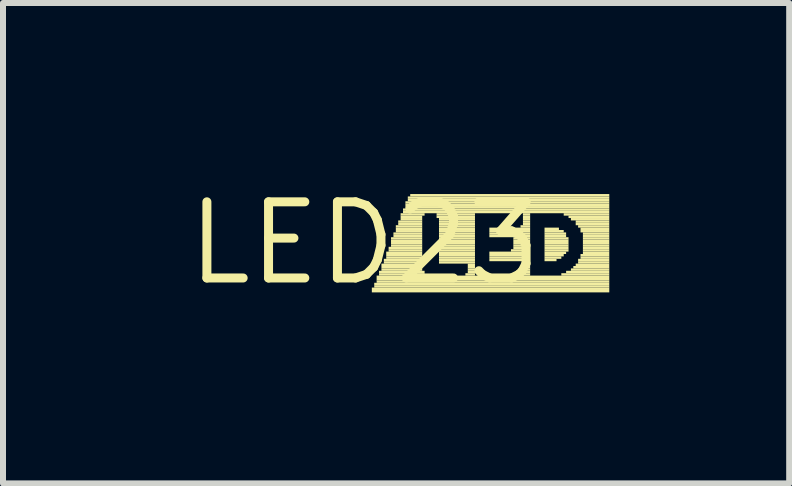
<source format=kicad_pcb>
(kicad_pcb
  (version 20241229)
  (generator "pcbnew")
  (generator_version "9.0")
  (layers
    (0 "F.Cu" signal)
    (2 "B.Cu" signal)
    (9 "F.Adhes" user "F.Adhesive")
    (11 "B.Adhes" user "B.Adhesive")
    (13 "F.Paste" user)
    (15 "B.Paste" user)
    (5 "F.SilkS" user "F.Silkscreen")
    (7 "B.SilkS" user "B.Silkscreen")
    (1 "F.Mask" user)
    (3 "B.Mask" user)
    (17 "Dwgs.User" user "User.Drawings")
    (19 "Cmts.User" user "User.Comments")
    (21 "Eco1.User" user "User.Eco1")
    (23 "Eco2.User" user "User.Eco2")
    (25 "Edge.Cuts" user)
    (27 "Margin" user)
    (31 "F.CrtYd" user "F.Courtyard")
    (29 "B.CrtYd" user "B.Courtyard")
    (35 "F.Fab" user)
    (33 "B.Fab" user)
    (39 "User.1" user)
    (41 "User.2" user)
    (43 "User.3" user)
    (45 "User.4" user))
  (footprint "LED23"
    (layer "F.Cu")
    (at 3.031 1.006)
    (property "Reference" "LED23" (at 0 0 0) (layer "F.SilkS") (effects (font (size 1.27 1.27) (thickness 0.15))))
    (attr through_hole)
    (fp_poly (pts (xy 0.12 0.78) (xy 4.08 0.78) (xy 4.08 0.74) (xy 0.12 0.74)) (stroke (width 0) (type solid)) (fill yes) (layer "F.SilkS"))
    (fp_poly (pts (xy 0.12 0.82) (xy 4.08 0.82) (xy 4.08 0.78) (xy 0.12 0.78)) (stroke (width 0) (type solid)) (fill yes) (layer "F.SilkS"))
    (fp_poly (pts (xy 0.16 0.7) (xy 4.08 0.7) (xy 4.08 0.66) (xy 0.16 0.66)) (stroke (width 0) (type solid)) (fill yes) (layer "F.SilkS"))
    (fp_poly (pts (xy 0.16 0.74) (xy 4.08 0.74) (xy 4.08 0.7) (xy 0.16 0.7)) (stroke (width 0) (type solid)) (fill yes) (layer "F.SilkS"))
    (fp_poly (pts (xy 0.2 0.58) (xy 4.08 0.58) (xy 4.08 0.54) (xy 0.2 0.54)) (stroke (width 0) (type solid)) (fill yes) (layer "F.SilkS"))
    (fp_poly (pts (xy 0.2 0.62) (xy 4.08 0.62) (xy 4.08 0.58) (xy 0.2 0.58)) (stroke (width 0) (type solid)) (fill yes) (layer "F.SilkS"))
    (fp_poly (pts (xy 0.2 0.66) (xy 4.08 0.66) (xy 4.08 0.62) (xy 0.2 0.62)) (stroke (width 0) (type solid)) (fill yes) (layer "F.SilkS"))
    (fp_poly (pts (xy 0.24 0.5) (xy 1 0.5) (xy 1 0.46) (xy 0.24 0.46)) (stroke (width 0) (type solid)) (fill yes) (layer "F.SilkS"))
    (fp_poly (pts (xy 0.24 0.54) (xy 1 0.54) (xy 1 0.5) (xy 0.24 0.5)) (stroke (width 0) (type solid)) (fill yes) (layer "F.SilkS"))
    (fp_poly (pts (xy 0.28 0.38) (xy 0.96 0.38) (xy 0.96 0.34) (xy 0.28 0.34)) (stroke (width 0) (type solid)) (fill yes) (layer "F.SilkS"))
    (fp_poly (pts (xy 0.28 0.42) (xy 0.96 0.42) (xy 0.96 0.38) (xy 0.28 0.38)) (stroke (width 0) (type solid)) (fill yes) (layer "F.SilkS"))
    (fp_poly (pts (xy 0.28 0.46) (xy 0.96 0.46) (xy 0.96 0.42) (xy 0.28 0.42)) (stroke (width 0) (type solid)) (fill yes) (layer "F.SilkS"))
    (fp_poly (pts (xy 0.32 0.3) (xy 0.96 0.3) (xy 0.96 0.26) (xy 0.32 0.26)) (stroke (width 0) (type solid)) (fill yes) (layer "F.SilkS"))
    (fp_poly (pts (xy 0.32 0.34) (xy 0.96 0.34) (xy 0.96 0.3) (xy 0.32 0.3)) (stroke (width 0) (type solid)) (fill yes) (layer "F.SilkS"))
    (fp_poly (pts (xy 0.36 0.18) (xy 0.96 0.18) (xy 0.96 0.14) (xy 0.36 0.14)) (stroke (width 0) (type solid)) (fill yes) (layer "F.SilkS"))
    (fp_poly (pts (xy 0.36 0.22) (xy 0.96 0.22) (xy 0.96 0.18) (xy 0.36 0.18)) (stroke (width 0) (type solid)) (fill yes) (layer "F.SilkS"))
    (fp_poly (pts (xy 0.36 0.26) (xy 0.96 0.26) (xy 0.96 0.22) (xy 0.36 0.22)) (stroke (width 0) (type solid)) (fill yes) (layer "F.SilkS"))
    (fp_poly (pts (xy 0.4 0.1) (xy 0.96 0.1) (xy 0.96 0.06) (xy 0.4 0.06)) (stroke (width 0) (type solid)) (fill yes) (layer "F.SilkS"))
    (fp_poly (pts (xy 0.4 0.14) (xy 0.96 0.14) (xy 0.96 0.1) (xy 0.4 0.1)) (stroke (width 0) (type solid)) (fill yes) (layer "F.SilkS"))
    (fp_poly (pts (xy 0.44 -0.06) (xy 0.96 -0.06) (xy 0.96 -0.1) (xy 0.44 -0.1)) (stroke (width 0) (type solid)) (fill yes) (layer "F.SilkS"))
    (fp_poly (pts (xy 0.44 -0.02) (xy 0.96 -0.02) (xy 0.96 -0.06) (xy 0.44 -0.06)) (stroke (width 0) (type solid)) (fill yes) (layer "F.SilkS"))
    (fp_poly (pts (xy 0.44 0.02) (xy 0.96 0.02) (xy 0.96 -0.02) (xy 0.44 -0.02)) (stroke (width 0) (type solid)) (fill yes) (layer "F.SilkS"))
    (fp_poly (pts (xy 0.44 0.06) (xy 0.96 0.06) (xy 0.96 0.02) (xy 0.44 0.02)) (stroke (width 0) (type solid)) (fill yes) (layer "F.SilkS"))
    (fp_poly (pts (xy 0.48 -0.14) (xy 0.96 -0.14) (xy 0.96 -0.18) (xy 0.48 -0.18)) (stroke (width 0) (type solid)) (fill yes) (layer "F.SilkS"))
    (fp_poly (pts (xy 0.48 -0.1) (xy 0.96 -0.1) (xy 0.96 -0.14) (xy 0.48 -0.14)) (stroke (width 0) (type solid)) (fill yes) (layer "F.SilkS"))
    (fp_poly (pts (xy 0.52 -0.26) (xy 0.96 -0.26) (xy 0.96 -0.3) (xy 0.52 -0.3)) (stroke (width 0) (type solid)) (fill yes) (layer "F.SilkS"))
    (fp_poly (pts (xy 0.52 -0.22) (xy 0.96 -0.22) (xy 0.96 -0.26) (xy 0.52 -0.26)) (stroke (width 0) (type solid)) (fill yes) (layer "F.SilkS"))
    (fp_poly (pts (xy 0.52 -0.18) (xy 0.96 -0.18) (xy 0.96 -0.22) (xy 0.52 -0.22)) (stroke (width 0) (type solid)) (fill yes) (layer "F.SilkS"))
    (fp_poly (pts (xy 0.56 -0.34) (xy 0.96 -0.34) (xy 0.96 -0.38) (xy 0.56 -0.38)) (stroke (width 0) (type solid)) (fill yes) (layer "F.SilkS"))
    (fp_poly (pts (xy 0.56 -0.3) (xy 0.96 -0.3) (xy 0.96 -0.34) (xy 0.56 -0.34)) (stroke (width 0) (type solid)) (fill yes) (layer "F.SilkS"))
    (fp_poly (pts (xy 0.6 -0.46) (xy 1 -0.46) (xy 1 -0.5) (xy 0.6 -0.5)) (stroke (width 0) (type solid)) (fill yes) (layer "F.SilkS"))
    (fp_poly (pts (xy 0.6 -0.42) (xy 0.96 -0.42) (xy 0.96 -0.46) (xy 0.6 -0.46)) (stroke (width 0) (type solid)) (fill yes) (layer "F.SilkS"))
    (fp_poly (pts (xy 0.6 -0.38) (xy 0.96 -0.38) (xy 0.96 -0.42) (xy 0.6 -0.42)) (stroke (width 0) (type solid)) (fill yes) (layer "F.SilkS"))
    (fp_poly (pts (xy 0.64 -0.54) (xy 4.08 -0.54) (xy 4.08 -0.58) (xy 0.64 -0.58)) (stroke (width 0) (type solid)) (fill yes) (layer "F.SilkS"))
    (fp_poly (pts (xy 0.64 -0.5) (xy 4.08 -0.5) (xy 4.08 -0.54) (xy 0.64 -0.54)) (stroke (width 0) (type solid)) (fill yes) (layer "F.SilkS"))
    (fp_poly (pts (xy 0.68 -0.66) (xy 4.08 -0.66) (xy 4.08 -0.7) (xy 0.68 -0.7)) (stroke (width 0) (type solid)) (fill yes) (layer "F.SilkS"))
    (fp_poly (pts (xy 0.68 -0.62) (xy 4.08 -0.62) (xy 4.08 -0.66) (xy 0.68 -0.66)) (stroke (width 0) (type solid)) (fill yes) (layer "F.SilkS"))
    (fp_poly (pts (xy 0.68 -0.58) (xy 4.08 -0.58) (xy 4.08 -0.62) (xy 0.68 -0.62)) (stroke (width 0) (type solid)) (fill yes) (layer "F.SilkS"))
    (fp_poly (pts (xy 0.72 -0.74) (xy 4.08 -0.74) (xy 4.08 -0.78) (xy 0.72 -0.78)) (stroke (width 0) (type solid)) (fill yes) (layer "F.SilkS"))
    (fp_poly (pts (xy 0.72 -0.7) (xy 4.08 -0.7) (xy 4.08 -0.74) (xy 0.72 -0.74)) (stroke (width 0) (type solid)) (fill yes) (layer "F.SilkS"))
    (fp_poly (pts (xy 0.76 -0.78) (xy 4.08 -0.78) (xy 4.08 -0.82) (xy 0.76 -0.82)) (stroke (width 0) (type solid)) (fill yes) (layer "F.SilkS"))
    (fp_poly (pts (xy 1.2 -0.46) (xy 1.84 -0.46) (xy 1.84 -0.5) (xy 1.2 -0.5)) (stroke (width 0) (type solid)) (fill yes) (layer "F.SilkS"))
    (fp_poly (pts (xy 1.2 -0.42) (xy 1.84 -0.42) (xy 1.84 -0.46) (xy 1.2 -0.46)) (stroke (width 0) (type solid)) (fill yes) (layer "F.SilkS"))
    (fp_poly (pts (xy 1.24 -0.38) (xy 1.84 -0.38) (xy 1.84 -0.42) (xy 1.24 -0.42)) (stroke (width 0) (type solid)) (fill yes) (layer "F.SilkS"))
    (fp_poly (pts (xy 1.24 -0.34) (xy 1.84 -0.34) (xy 1.84 -0.38) (xy 1.24 -0.38)) (stroke (width 0) (type solid)) (fill yes) (layer "F.SilkS"))
    (fp_poly (pts (xy 1.24 -0.3) (xy 1.84 -0.3) (xy 1.84 -0.34) (xy 1.24 -0.34)) (stroke (width 0) (type solid)) (fill yes) (layer "F.SilkS"))
    (fp_poly (pts (xy 1.24 -0.26) (xy 1.84 -0.26) (xy 1.84 -0.3) (xy 1.24 -0.3)) (stroke (width 0) (type solid)) (fill yes) (layer "F.SilkS"))
    (fp_poly (pts (xy 1.24 -0.22) (xy 1.84 -0.22) (xy 1.84 -0.26) (xy 1.24 -0.26)) (stroke (width 0) (type solid)) (fill yes) (layer "F.SilkS"))
    (fp_poly (pts (xy 1.24 -0.18) (xy 1.84 -0.18) (xy 1.84 -0.22) (xy 1.24 -0.22)) (stroke (width 0) (type solid)) (fill yes) (layer "F.SilkS"))
    (fp_poly (pts (xy 1.24 -0.14) (xy 1.84 -0.14) (xy 1.84 -0.18) (xy 1.24 -0.18)) (stroke (width 0) (type solid)) (fill yes) (layer "F.SilkS"))
    (fp_poly (pts (xy 1.24 -0.1) (xy 1.84 -0.1) (xy 1.84 -0.14) (xy 1.24 -0.14)) (stroke (width 0) (type solid)) (fill yes) (layer "F.SilkS"))
    (fp_poly (pts (xy 1.24 -0.06) (xy 1.84 -0.06) (xy 1.84 -0.1) (xy 1.24 -0.1)) (stroke (width 0) (type solid)) (fill yes) (layer "F.SilkS"))
    (fp_poly (pts (xy 1.24 -0.02) (xy 1.84 -0.02) (xy 1.84 -0.06) (xy 1.24 -0.06)) (stroke (width 0) (type solid)) (fill yes) (layer "F.SilkS"))
    (fp_poly (pts (xy 1.24 0.02) (xy 1.84 0.02) (xy 1.84 -0.02) (xy 1.24 -0.02)) (stroke (width 0) (type solid)) (fill yes) (layer "F.SilkS"))
    (fp_poly (pts (xy 1.24 0.06) (xy 1.84 0.06) (xy 1.84 0.02) (xy 1.24 0.02)) (stroke (width 0) (type solid)) (fill yes) (layer "F.SilkS"))
    (fp_poly (pts (xy 1.24 0.1) (xy 1.84 0.1) (xy 1.84 0.06) (xy 1.24 0.06)) (stroke (width 0) (type solid)) (fill yes) (layer "F.SilkS"))
    (fp_poly (pts (xy 1.24 0.14) (xy 1.84 0.14) (xy 1.84 0.1) (xy 1.24 0.1)) (stroke (width 0) (type solid)) (fill yes) (layer "F.SilkS"))
    (fp_poly (pts (xy 1.24 0.18) (xy 1.84 0.18) (xy 1.84 0.14) (xy 1.24 0.14)) (stroke (width 0) (type solid)) (fill yes) (layer "F.SilkS"))
    (fp_poly (pts (xy 1.24 0.22) (xy 1.84 0.22) (xy 1.84 0.18) (xy 1.24 0.18)) (stroke (width 0) (type solid)) (fill yes) (layer "F.SilkS"))
    (fp_poly (pts (xy 1.24 0.26) (xy 1.84 0.26) (xy 1.84 0.22) (xy 1.24 0.22)) (stroke (width 0) (type solid)) (fill yes) (layer "F.SilkS"))
    (fp_poly (pts (xy 1.24 0.3) (xy 1.84 0.3) (xy 1.84 0.26) (xy 1.24 0.26)) (stroke (width 0) (type solid)) (fill yes) (layer "F.SilkS"))
    (fp_poly (pts (xy 1.24 0.34) (xy 1.84 0.34) (xy 1.84 0.3) (xy 1.24 0.3)) (stroke (width 0) (type solid)) (fill yes) (layer "F.SilkS"))
    (fp_poly (pts (xy 1.68 0.54) (xy 1.84 0.54) (xy 1.84 0.5) (xy 1.68 0.5)) (stroke (width 0) (type solid)) (fill yes) (layer "F.SilkS"))
    (fp_poly (pts (xy 1.72 0.38) (xy 1.84 0.38) (xy 1.84 0.34) (xy 1.72 0.34)) (stroke (width 0) (type solid)) (fill yes) (layer "F.SilkS"))
    (fp_poly (pts (xy 1.72 0.42) (xy 1.84 0.42) (xy 1.84 0.38) (xy 1.72 0.38)) (stroke (width 0) (type solid)) (fill yes) (layer "F.SilkS"))
    (fp_poly (pts (xy 1.72 0.46) (xy 1.84 0.46) (xy 1.84 0.42) (xy 1.72 0.42)) (stroke (width 0) (type solid)) (fill yes) (layer "F.SilkS"))
    (fp_poly (pts (xy 1.72 0.5) (xy 1.84 0.5) (xy 1.84 0.46) (xy 1.72 0.46)) (stroke (width 0) (type solid)) (fill yes) (layer "F.SilkS"))
    (fp_poly (pts (xy 2.08 -0.22) (xy 2.76 -0.22) (xy 2.76 -0.26) (xy 2.08 -0.26)) (stroke (width 0) (type solid)) (fill yes) (layer "F.SilkS"))
    (fp_poly (pts (xy 2.08 -0.18) (xy 2.76 -0.18) (xy 2.76 -0.22) (xy 2.08 -0.22)) (stroke (width 0) (type solid)) (fill yes) (layer "F.SilkS"))
    (fp_poly (pts (xy 2.08 -0.14) (xy 2.76 -0.14) (xy 2.76 -0.18) (xy 2.08 -0.18)) (stroke (width 0) (type solid)) (fill yes) (layer "F.SilkS"))
    (fp_poly (pts (xy 2.08 -0.1) (xy 2.76 -0.1) (xy 2.76 -0.14) (xy 2.08 -0.14)) (stroke (width 0) (type solid)) (fill yes) (layer "F.SilkS"))
    (fp_poly (pts (xy 2.08 0.18) (xy 2.76 0.18) (xy 2.76 0.14) (xy 2.08 0.14)) (stroke (width 0) (type solid)) (fill yes) (layer "F.SilkS"))
    (fp_poly (pts (xy 2.08 0.22) (xy 2.76 0.22) (xy 2.76 0.18) (xy 2.08 0.18)) (stroke (width 0) (type solid)) (fill yes) (layer "F.SilkS"))
    (fp_poly (pts (xy 2.08 0.26) (xy 2.76 0.26) (xy 2.76 0.22) (xy 2.08 0.22)) (stroke (width 0) (type solid)) (fill yes) (layer "F.SilkS"))
    (fp_poly (pts (xy 2.08 0.3) (xy 2.76 0.3) (xy 2.76 0.26) (xy 2.08 0.26)) (stroke (width 0) (type solid)) (fill yes) (layer "F.SilkS"))
    (fp_poly (pts (xy 2.44 0.14) (xy 2.76 0.14) (xy 2.76 0.1) (xy 2.44 0.1)) (stroke (width 0) (type solid)) (fill yes) (layer "F.SilkS"))
    (fp_poly (pts (xy 2.48 -0.06) (xy 2.76 -0.06) (xy 2.76 -0.1) (xy 2.48 -0.1)) (stroke (width 0) (type solid)) (fill yes) (layer "F.SilkS"))
    (fp_poly (pts (xy 2.48 -0.02) (xy 2.76 -0.02) (xy 2.76 -0.06) (xy 2.48 -0.06)) (stroke (width 0) (type solid)) (fill yes) (layer "F.SilkS"))
    (fp_poly (pts (xy 2.48 0.02) (xy 2.76 0.02) (xy 2.76 -0.02) (xy 2.48 -0.02)) (stroke (width 0) (type solid)) (fill yes) (layer "F.SilkS"))
    (fp_poly (pts (xy 2.48 0.06) (xy 2.76 0.06) (xy 2.76 0.02) (xy 2.48 0.02)) (stroke (width 0) (type solid)) (fill yes) (layer "F.SilkS"))
    (fp_poly (pts (xy 2.48 0.1) (xy 2.76 0.1) (xy 2.76 0.06) (xy 2.48 0.06)) (stroke (width 0) (type solid)) (fill yes) (layer "F.SilkS"))
    (fp_poly (pts (xy 2.6 -0.26) (xy 2.76 -0.26) (xy 2.76 -0.3) (xy 2.6 -0.3)) (stroke (width 0) (type solid)) (fill yes) (layer "F.SilkS"))
    (fp_poly (pts (xy 2.6 0.54) (xy 2.76 0.54) (xy 2.76 0.5) (xy 2.6 0.5)) (stroke (width 0) (type solid)) (fill yes) (layer "F.SilkS"))
    (fp_poly (pts (xy 2.64 -0.46) (xy 2.76 -0.46) (xy 2.76 -0.5) (xy 2.64 -0.5)) (stroke (width 0) (type solid)) (fill yes) (layer "F.SilkS"))
    (fp_poly (pts (xy 2.64 -0.42) (xy 2.76 -0.42) (xy 2.76 -0.46) (xy 2.64 -0.46)) (stroke (width 0) (type solid)) (fill yes) (layer "F.SilkS"))
    (fp_poly (pts (xy 2.64 -0.38) (xy 2.76 -0.38) (xy 2.76 -0.42) (xy 2.64 -0.42)) (stroke (width 0) (type solid)) (fill yes) (layer "F.SilkS"))
    (fp_poly (pts (xy 2.64 -0.34) (xy 2.76 -0.34) (xy 2.76 -0.38) (xy 2.64 -0.38)) (stroke (width 0) (type solid)) (fill yes) (layer "F.SilkS"))
    (fp_poly (pts (xy 2.64 -0.3) (xy 2.76 -0.3) (xy 2.76 -0.34) (xy 2.64 -0.34)) (stroke (width 0) (type solid)) (fill yes) (layer "F.SilkS"))
    (fp_poly (pts (xy 2.64 0.34) (xy 2.76 0.34) (xy 2.76 0.3) (xy 2.64 0.3)) (stroke (width 0) (type solid)) (fill yes) (layer "F.SilkS"))
    (fp_poly (pts (xy 2.64 0.38) (xy 2.76 0.38) (xy 2.76 0.34) (xy 2.64 0.34)) (stroke (width 0) (type solid)) (fill yes) (layer "F.SilkS"))
    (fp_poly (pts (xy 2.64 0.42) (xy 2.76 0.42) (xy 2.76 0.38) (xy 2.64 0.38)) (stroke (width 0) (type solid)) (fill yes) (layer "F.SilkS"))
    (fp_poly (pts (xy 2.64 0.46) (xy 2.76 0.46) (xy 2.76 0.42) (xy 2.64 0.42)) (stroke (width 0) (type solid)) (fill yes) (layer "F.SilkS"))
    (fp_poly (pts (xy 2.64 0.5) (xy 2.76 0.5) (xy 2.76 0.46) (xy 2.64 0.46)) (stroke (width 0) (type solid)) (fill yes) (layer "F.SilkS"))
    (fp_poly (pts (xy 3 -0.22) (xy 3.24 -0.22) (xy 3.24 -0.26) (xy 3 -0.26)) (stroke (width 0) (type solid)) (fill yes) (layer "F.SilkS"))
    (fp_poly (pts (xy 3 -0.18) (xy 3.32 -0.18) (xy 3.32 -0.22) (xy 3 -0.22)) (stroke (width 0) (type solid)) (fill yes) (layer "F.SilkS"))
    (fp_poly (pts (xy 3 -0.14) (xy 3.36 -0.14) (xy 3.36 -0.18) (xy 3 -0.18)) (stroke (width 0) (type solid)) (fill yes) (layer "F.SilkS"))
    (fp_poly (pts (xy 3 -0.1) (xy 3.36 -0.1) (xy 3.36 -0.14) (xy 3 -0.14)) (stroke (width 0) (type solid)) (fill yes) (layer "F.SilkS"))
    (fp_poly (pts (xy 3 -0.06) (xy 3.4 -0.06) (xy 3.4 -0.1) (xy 3 -0.1)) (stroke (width 0) (type solid)) (fill yes) (layer "F.SilkS"))
    (fp_poly (pts (xy 3 -0.02) (xy 3.4 -0.02) (xy 3.4 -0.06) (xy 3 -0.06)) (stroke (width 0) (type solid)) (fill yes) (layer "F.SilkS"))
    (fp_poly (pts (xy 3 0.02) (xy 3.4 0.02) (xy 3.4 -0.02) (xy 3 -0.02)) (stroke (width 0) (type solid)) (fill yes) (layer "F.SilkS"))
    (fp_poly (pts (xy 3 0.06) (xy 3.4 0.06) (xy 3.4 0.02) (xy 3 0.02)) (stroke (width 0) (type solid)) (fill yes) (layer "F.SilkS"))
    (fp_poly (pts (xy 3 0.1) (xy 3.4 0.1) (xy 3.4 0.06) (xy 3 0.06)) (stroke (width 0) (type solid)) (fill yes) (layer "F.SilkS"))
    (fp_poly (pts (xy 3 0.14) (xy 3.4 0.14) (xy 3.4 0.1) (xy 3 0.1)) (stroke (width 0) (type solid)) (fill yes) (layer "F.SilkS"))
    (fp_poly (pts (xy 3 0.18) (xy 3.36 0.18) (xy 3.36 0.14) (xy 3 0.14)) (stroke (width 0) (type solid)) (fill yes) (layer "F.SilkS"))
    (fp_poly (pts (xy 3 0.22) (xy 3.32 0.22) (xy 3.32 0.18) (xy 3 0.18)) (stroke (width 0) (type solid)) (fill yes) (layer "F.SilkS"))
    (fp_poly (pts (xy 3 0.26) (xy 3.28 0.26) (xy 3.28 0.22) (xy 3 0.22)) (stroke (width 0) (type solid)) (fill yes) (layer "F.SilkS"))
    (fp_poly (pts (xy 3 0.3) (xy 3.2 0.3) (xy 3.2 0.26) (xy 3 0.26)) (stroke (width 0) (type solid)) (fill yes) (layer "F.SilkS"))
    (fp_poly (pts (xy 3.28 0.54) (xy 4.08 0.54) (xy 4.08 0.5) (xy 3.28 0.5)) (stroke (width 0) (type solid)) (fill yes) (layer "F.SilkS"))
    (fp_poly (pts (xy 3.32 -0.46) (xy 4.08 -0.46) (xy 4.08 -0.5) (xy 3.32 -0.5)) (stroke (width 0) (type solid)) (fill yes) (layer "F.SilkS"))
    (fp_poly (pts (xy 3.36 0.5) (xy 4.08 0.5) (xy 4.08 0.46) (xy 3.36 0.46)) (stroke (width 0) (type solid)) (fill yes) (layer "F.SilkS"))
    (fp_poly (pts (xy 3.4 -0.42) (xy 4.08 -0.42) (xy 4.08 -0.46) (xy 3.4 -0.46)) (stroke (width 0) (type solid)) (fill yes) (layer "F.SilkS"))
    (fp_poly (pts (xy 3.44 -0.38) (xy 4.08 -0.38) (xy 4.08 -0.42) (xy 3.44 -0.42)) (stroke (width 0) (type solid)) (fill yes) (layer "F.SilkS"))
    (fp_poly (pts (xy 3.44 0.46) (xy 4.08 0.46) (xy 4.08 0.42) (xy 3.44 0.42)) (stroke (width 0) (type solid)) (fill yes) (layer "F.SilkS"))
    (fp_poly (pts (xy 3.48 0.42) (xy 4.08 0.42) (xy 4.08 0.38) (xy 3.48 0.38)) (stroke (width 0) (type solid)) (fill yes) (layer "F.SilkS"))
    (fp_poly (pts (xy 3.52 -0.34) (xy 4.08 -0.34) (xy 4.08 -0.38) (xy 3.52 -0.38)) (stroke (width 0) (type solid)) (fill yes) (layer "F.SilkS"))
    (fp_poly (pts (xy 3.52 -0.3) (xy 4.08 -0.3) (xy 4.08 -0.34) (xy 3.52 -0.34)) (stroke (width 0) (type solid)) (fill yes) (layer "F.SilkS"))
    (fp_poly (pts (xy 3.52 0.38) (xy 4.08 0.38) (xy 4.08 0.34) (xy 3.52 0.34)) (stroke (width 0) (type solid)) (fill yes) (layer "F.SilkS"))
    (fp_poly (pts (xy 3.56 -0.26) (xy 4.08 -0.26) (xy 4.08 -0.3) (xy 3.56 -0.3)) (stroke (width 0) (type solid)) (fill yes) (layer "F.SilkS"))
    (fp_poly (pts (xy 3.56 0.3) (xy 4.08 0.3) (xy 4.08 0.26) (xy 3.56 0.26)) (stroke (width 0) (type solid)) (fill yes) (layer "F.SilkS"))
    (fp_poly (pts (xy 3.56 0.34) (xy 4.08 0.34) (xy 4.08 0.3) (xy 3.56 0.3)) (stroke (width 0) (type solid)) (fill yes) (layer "F.SilkS"))
    (fp_poly (pts (xy 3.6 -0.22) (xy 4.08 -0.22) (xy 4.08 -0.26) (xy 3.6 -0.26)) (stroke (width 0) (type solid)) (fill yes) (layer "F.SilkS"))
    (fp_poly (pts (xy 3.6 -0.18) (xy 4.08 -0.18) (xy 4.08 -0.22) (xy 3.6 -0.22)) (stroke (width 0) (type solid)) (fill yes) (layer "F.SilkS"))
    (fp_poly (pts (xy 3.6 0.22) (xy 4.08 0.22) (xy 4.08 0.18) (xy 3.6 0.18)) (stroke (width 0) (type solid)) (fill yes) (layer "F.SilkS"))
    (fp_poly (pts (xy 3.6 0.26) (xy 4.08 0.26) (xy 4.08 0.22) (xy 3.6 0.22)) (stroke (width 0) (type solid)) (fill yes) (layer "F.SilkS"))
    (fp_poly (pts (xy 3.64 -0.14) (xy 4.08 -0.14) (xy 4.08 -0.18) (xy 3.64 -0.18)) (stroke (width 0) (type solid)) (fill yes) (layer "F.SilkS"))
    (fp_poly (pts (xy 3.64 -0.1) (xy 4.08 -0.1) (xy 4.08 -0.14) (xy 3.64 -0.14)) (stroke (width 0) (type solid)) (fill yes) (layer "F.SilkS"))
    (fp_poly (pts (xy 3.64 -0.06) (xy 4.08 -0.06) (xy 4.08 -0.1) (xy 3.64 -0.1)) (stroke (width 0) (type solid)) (fill yes) (layer "F.SilkS"))
    (fp_poly (pts (xy 3.64 -0.02) (xy 4.08 -0.02) (xy 4.08 -0.06) (xy 3.64 -0.06)) (stroke (width 0) (type solid)) (fill yes) (layer "F.SilkS"))
    (fp_poly (pts (xy 3.64 0.02) (xy 4.08 0.02) (xy 4.08 -0.02) (xy 3.64 -0.02)) (stroke (width 0) (type solid)) (fill yes) (layer "F.SilkS"))
    (fp_poly (pts (xy 3.64 0.06) (xy 4.08 0.06) (xy 4.08 0.02) (xy 3.64 0.02)) (stroke (width 0) (type solid)) (fill yes) (layer "F.SilkS"))
    (fp_poly (pts (xy 3.64 0.1) (xy 4.08 0.1) (xy 4.08 0.06) (xy 3.64 0.06)) (stroke (width 0) (type solid)) (fill yes) (layer "F.SilkS"))
    (fp_poly (pts (xy 3.64 0.14) (xy 4.08 0.14) (xy 4.08 0.1) (xy 3.64 0.1)) (stroke (width 0) (type solid)) (fill yes) (layer "F.SilkS"))
    (fp_poly (pts (xy 3.64 0.18) (xy 4.08 0.18) (xy 4.08 0.14) (xy 3.64 0.14)) (stroke (width 0) (type solid)) (fill yes) (layer "F.SilkS")))
  (gr_rect
    (start -3 -3)
    (end 10.111 5.012)
    (stroke (width 0.1) (type default))
    (fill no)
    (layer "Edge.Cuts")))
</source>
